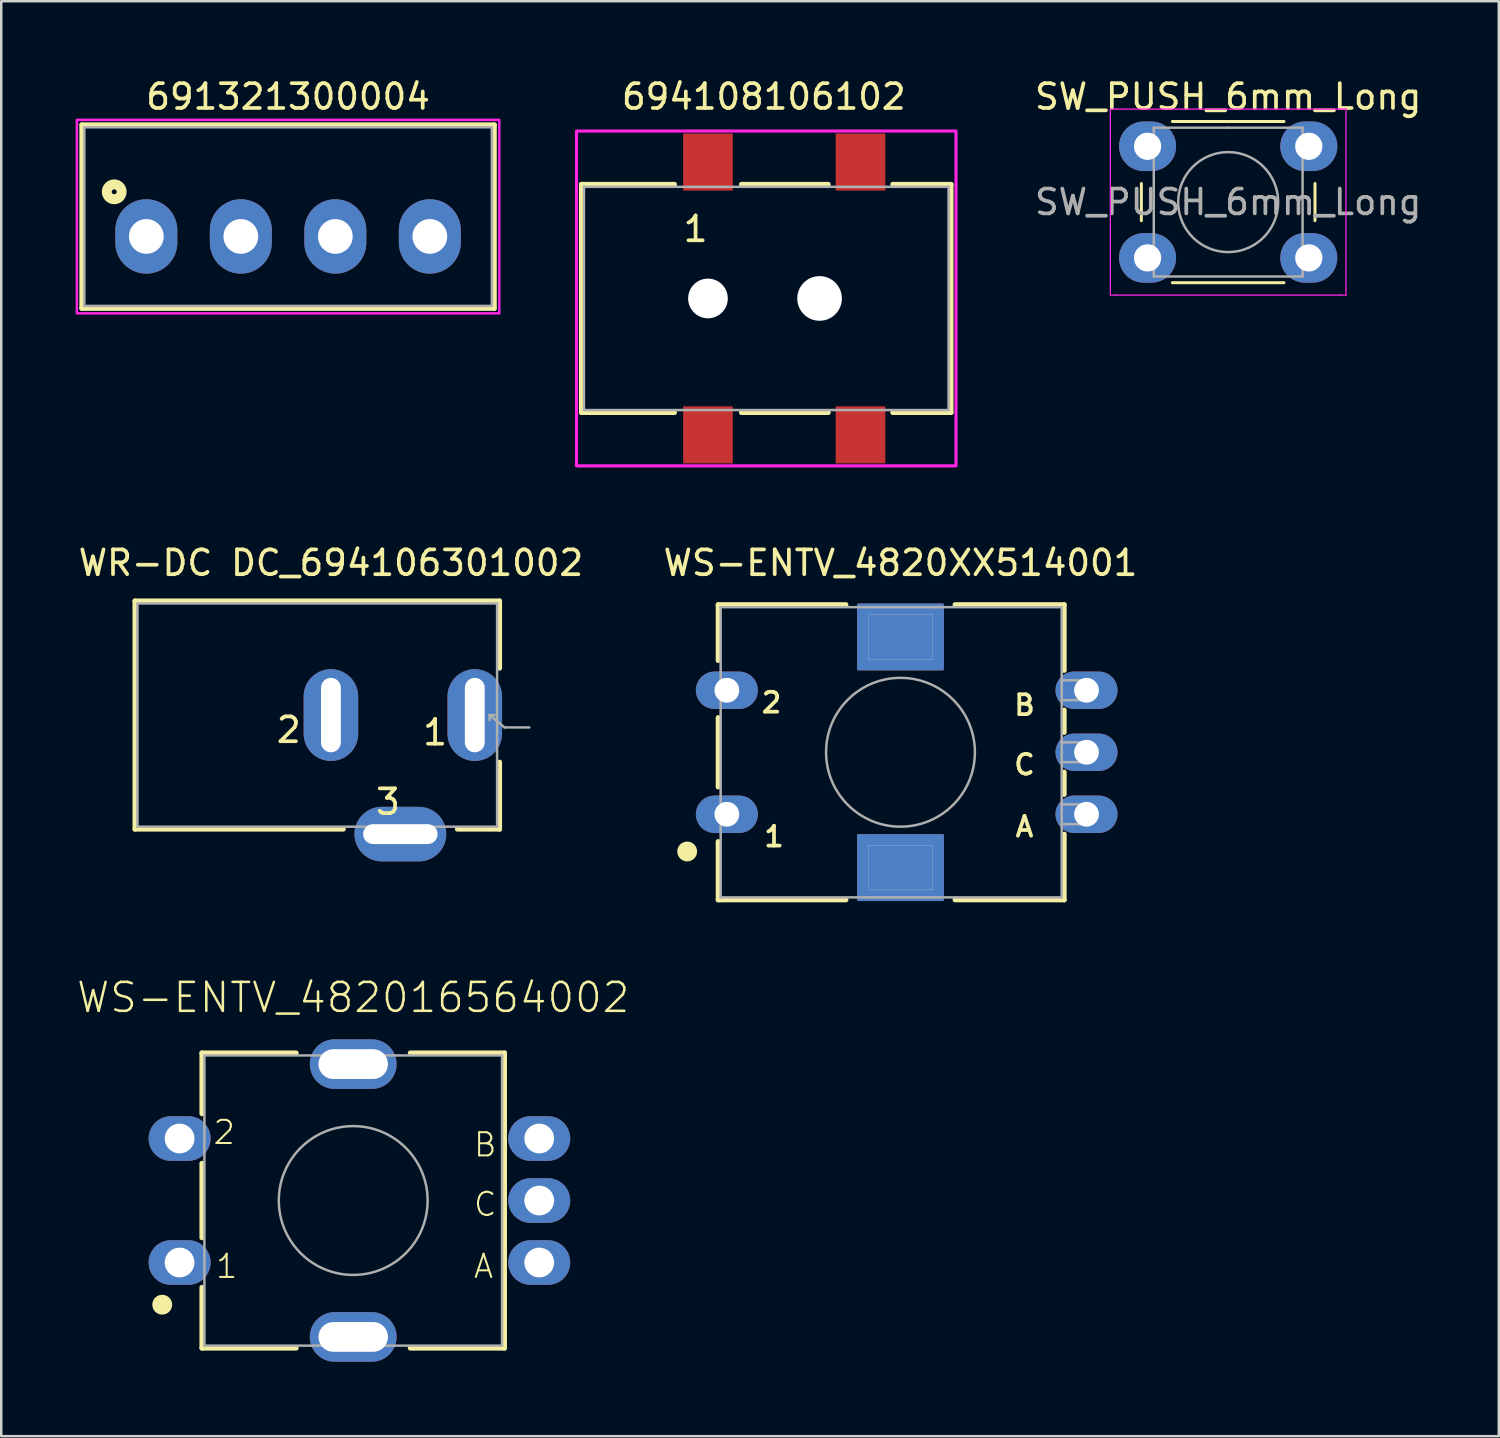
<source format=kicad_pcb>
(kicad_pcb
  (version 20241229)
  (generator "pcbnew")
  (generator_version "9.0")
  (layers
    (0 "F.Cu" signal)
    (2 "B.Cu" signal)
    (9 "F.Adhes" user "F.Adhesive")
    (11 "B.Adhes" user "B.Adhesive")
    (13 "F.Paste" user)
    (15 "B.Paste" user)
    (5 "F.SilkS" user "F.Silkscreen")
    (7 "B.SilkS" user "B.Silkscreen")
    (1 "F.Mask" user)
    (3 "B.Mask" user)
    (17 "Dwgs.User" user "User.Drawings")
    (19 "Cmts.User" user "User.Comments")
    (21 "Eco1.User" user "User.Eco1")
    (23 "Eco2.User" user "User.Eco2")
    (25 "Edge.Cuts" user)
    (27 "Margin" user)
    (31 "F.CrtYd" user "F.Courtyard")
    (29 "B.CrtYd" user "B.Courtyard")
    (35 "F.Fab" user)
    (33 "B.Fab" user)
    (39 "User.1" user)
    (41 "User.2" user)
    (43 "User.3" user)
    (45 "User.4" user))
  (footprint "WS-ENTV_482016564002"
    (layer "F.Cu")
    (at 11.191 45.353)
    (property "Reference" "WS-ENTV_482016564002" (at 0 -7.5 0) (unlocked yes) (layer "F.SilkS") (effects (font (size 1.168 1.168) (thickness 0.102)) (justify bottom)))
    (fp_line (start -6.1 -5.95) (end -6.1 -3.5) (stroke (width 0.2) (type solid)) (layer "F.SilkS"))
    (fp_line (start -6.1 -1.5) (end -6.1 1.5) (stroke (width 0.2) (type solid)) (layer "F.SilkS"))
    (fp_line (start -6.1 3.5) (end -6.1 5.95) (stroke (width 0.2) (type solid)) (layer "F.SilkS"))
    (fp_line (start -6.1 5.95) (end -2.3 5.95) (stroke (width 0.2) (type solid)) (layer "F.SilkS"))
    (fp_line (start -2.3 -5.95) (end -6.1 -5.95) (stroke (width 0.2) (type solid)) (layer "F.SilkS"))
    (fp_line (start 2.3 -5.95) (end 6.1 -5.95) (stroke (width 0.2) (type solid)) (layer "F.SilkS"))
    (fp_line (start 6.1 -5.95) (end 6.1 5.95) (stroke (width 0.2) (type solid)) (layer "F.SilkS"))
    (fp_line (start 6.1 5.95) (end 2.3 5.95) (stroke (width 0.2) (type solid)) (layer "F.SilkS"))
    (fp_circle (center -7.7 4.2) (end -7.5 4.2) (stroke (width 0.4) (type solid)) (fill no) (layer "F.SilkS"))
    (fp_line (start -6 -5.85) (end 6 -5.85) (stroke (width 0.1) (type solid)) (layer "F.Fab"))
    (fp_line (start -6 5.85) (end -6 -5.85) (stroke (width 0.1) (type solid)) (layer "F.Fab"))
    (fp_line (start 6 -5.85) (end 6 5.85) (stroke (width 0.1) (type solid)) (layer "F.Fab"))
    (fp_line (start 6 5.85) (end -6 5.85) (stroke (width 0.1) (type solid)) (layer "F.Fab"))
    (fp_circle (center 0 0) (end 3 0) (stroke (width 0.1) (type solid)) (fill no) (layer "F.Fab"))
    (fp_text user "B" (at 4.8 -1.7 0) (layer "F.SilkS") (effects (font (size 0.935 0.935) (thickness 0.081)) (justify left bottom)))
    (fp_text user "1" (at -5.6 3.2 0) (layer "F.SilkS") (effects (font (size 0.935 0.935) (thickness 0.081)) (justify left bottom)))
    (fp_text user "A" (at 4.8 3.2 0) (layer "F.SilkS") (effects (font (size 0.935 0.935) (thickness 0.081)) (justify left bottom)))
    (fp_text user "C" (at 4.8 0.7 0) (layer "F.SilkS") (effects (font (size 0.935 0.935) (thickness 0.081)) (justify left bottom)))
    (fp_text user "2" (at -5.7 -2.2 0) (layer "F.SilkS") (effects (font (size 0.935 0.935) (thickness 0.081)) (justify left bottom)))
    (fp_text user "cutout area" (at 1.1 -5.75 0) (layer "Cmts.User") (effects (font (size 0.28 0.28) (thickness 0.024)) (justify right top)))
    (fp_text user "cutout area" (at -1.1 5.75 0) (layer "Cmts.User") (effects (font (size 0.28 0.28) (thickness 0.024)) (justify left bottom)))
    (pad "" thru_hole oval (at 0 -5.5) (size 3.5 2) (drill oval 2.8 1.2) (layers "*.Cu" "*.Mask"))
    (pad "" thru_hole oval (at 0 5.5) (size 3.5 2) (drill oval 2.8 1.2) (layers "*.Cu" "*.Mask"))
    (pad "1" thru_hole oval (at -7 2.5) (size 2.5 1.8) (drill 1.2) (layers "*.Cu" "*.Mask"))
    (pad "2" thru_hole oval (at -7 -2.5) (size 2.5 1.8) (drill 1.2) (layers "*.Cu" "*.Mask"))
    (pad "A" thru_hole oval (at 7.5 2.5) (size 2.5 1.8) (drill 1.2) (layers "*.Cu" "*.Mask"))
    (pad "B" thru_hole oval (at 7.5 -2.5) (size 2.5 1.8) (drill 1.2) (layers "*.Cu" "*.Mask"))
    (pad "C" thru_hole oval (at 7.5 0) (size 2.5 1.8) (drill 1.2) (layers "*.Cu" "*.Mask")))
  (footprint "WR-DC DC_694106301002"
    (layer "F.Cu")
    (at 10.292 25.78)
    (property "Reference" "WR-DC DC_694106301002" (at 0 -6.135 0) (layer "F.SilkS") (effects (font (size 1 1) (thickness 0.15))))
    (attr through_hole)
    (fp_line (start -7.9 -4.6) (end -7.9 4.6) (stroke (width 0.2) (type solid)) (layer "F.SilkS"))
    (fp_line (start 0.5 4.6) (end -7.9 4.6) (stroke (width 0.2) (type solid)) (layer "F.SilkS"))
    (fp_line (start 6.8 -4.6) (end -7.9 -4.6) (stroke (width 0.2) (type solid)) (layer "F.SilkS"))
    (fp_line (start 6.8 -4.6) (end 6.8 -1.89) (stroke (width 0.2) (type solid)) (layer "F.SilkS"))
    (fp_line (start 6.8 1.9) (end 6.8 4.6) (stroke (width 0.2) (type solid)) (layer "F.SilkS"))
    (fp_line (start 6.8 4.6) (end 5.1 4.6) (stroke (width 0.2) (type solid)) (layer "F.SilkS"))
    (fp_line (start -7.8 -4.5) (end 6.7 -4.5) (stroke (width 0.1) (type solid)) (layer "F.Fab"))
    (fp_line (start -7.8 4.5) (end -7.8 -4.5) (stroke (width 0.1) (type solid)) (layer "F.Fab"))
    (fp_line (start 6.4 0) (end 6.4 0.2) (stroke (width 0.1) (type solid)) (layer "F.Fab"))
    (fp_line (start 6.4 0) (end 6.6 0) (stroke (width 0.1) (type solid)) (layer "F.Fab"))
    (fp_line (start 6.7 -4.5) (end 6.7 4.5) (stroke (width 0.1) (type solid)) (layer "F.Fab"))
    (fp_line (start 6.7 4.5) (end -7.8 4.5) (stroke (width 0.1) (type solid)) (layer "F.Fab"))
    (fp_line (start 7 0.5) (end 6.4 0) (stroke (width 0.1) (type solid)) (layer "F.Fab"))
    (fp_line (start 8 0.5) (end 7 0.5) (stroke (width 0.1) (type solid)) (layer "F.Fab"))
    (fp_text user "1" (at 4.2 0.7 0) (layer "F.SilkS") (effects (font (size 1 1) (thickness 0.15))))
    (fp_text user "3" (at 2.3 3.5 0) (layer "F.SilkS") (effects (font (size 1 1) (thickness 0.15))))
    (fp_text user "2" (at -1.7 0.6 0) (layer "F.SilkS") (effects (font (size 1 1) (thickness 0.15))))
    (fp_text user "PCB Cutout Area" (at 5.9 0 0) (layer "Edge.Cuts") (effects (font (size 0.2 0.2) (thickness 0.15))))
    (fp_text user "PCB Cutout Area" (at 2.9 5 0) (layer "Edge.Cuts") (effects (font (size 0.2 0.2) (thickness 0.15))))
    (fp_text user "PCB Cutout Area" (at 0.1 0 0) (layer "Edge.Cuts") (effects (font (size 0.2 0.2) (thickness 0.15))))
    (pad "1" thru_hole oval (at 5.8 0) (size 2.2 3.7) (drill oval 0.8 3) (layers "*.Cu" "*.Mask"))
    (pad "2" thru_hole oval (at 0 0) (size 2.2 3.7) (drill oval 0.8 3) (layers "*.Cu" "*.Mask"))
    (pad "e" thru_hole oval (at 2.8 4.8 90) (size 2.2 3.7) (drill oval 0.8 3) (layers "*.Cu" "*.Mask")))
  (footprint "WS-ENTV_4820XX514001"
    (layer "F.Cu")
    (at 33.256 27.28)
    (property "Reference" "WS-ENTV_4820XX514001" (at 0 -7.635 0) (layer "F.SilkS") (effects (font (size 1 1) (thickness 0.15))))
    (attr through_hole)
    (fp_poly (pts (xy -1.7 -5.95) (xy 1.7 -5.95) (xy 1.7 -3.35) (xy -1.7 -3.35)) (stroke (width 0.1) (type solid)) (fill yes) (layer "F.Cu"))
    (fp_poly (pts (xy -1.7 3.35) (xy 1.7 3.35) (xy 1.7 5.95) (xy -1.7 5.95)) (stroke (width 0.1) (type solid)) (fill yes) (layer "F.Cu"))
    (fp_poly (pts (xy -1.8 -6.05) (xy 1.8 -6.05) (xy 1.8 -3.25) (xy -1.8 -3.25)) (stroke (width 0.1) (type solid)) (fill yes) (layer "F.Mask"))
    (fp_poly (pts (xy -1.8 3.25) (xy 1.8 3.25) (xy 1.8 6.05) (xy -1.8 6.05)) (stroke (width 0.1) (type solid)) (fill yes) (layer "F.Mask"))
    (fp_poly (pts (xy -1.7 -5.95) (xy 1.7 -5.95) (xy 1.7 -3.35) (xy -1.7 -3.35)) (stroke (width 0.1) (type solid)) (fill yes) (layer "B.Cu"))
    (fp_poly (pts (xy -1.7 3.35) (xy 1.7 3.35) (xy 1.7 5.95) (xy -1.7 5.95)) (stroke (width 0.1) (type solid)) (fill yes) (layer "B.Cu"))
    (fp_poly (pts (xy -1.8 -6.05) (xy 1.8 -6.05) (xy 1.8 -3.25) (xy -1.8 -3.25)) (stroke (width 0.1) (type solid)) (fill yes) (layer "B.Mask"))
    (fp_poly (pts (xy -1.8 3.25) (xy 1.8 3.25) (xy 1.8 6.05) (xy -1.8 6.05)) (stroke (width 0.1) (type solid)) (fill yes) (layer "B.Mask"))
    (fp_line (start -7.35 -5.95) (end -7.35 -3.7) (stroke (width 0.2) (type solid)) (layer "F.SilkS"))
    (fp_line (start -7.35 -1.4) (end -7.35 1.4) (stroke (width 0.2) (type solid)) (layer "F.SilkS"))
    (fp_line (start -7.35 3.6) (end -7.35 5.95) (stroke (width 0.2) (type solid)) (layer "F.SilkS"))
    (fp_line (start -7.35 5.95) (end -2.2 5.95) (stroke (width 0.2) (type solid)) (layer "F.SilkS"))
    (fp_line (start -2.2 -5.95) (end -7.35 -5.95) (stroke (width 0.2) (type solid)) (layer "F.SilkS"))
    (fp_line (start 2.2 -5.95) (end 6.6 -5.95) (stroke (width 0.2) (type solid)) (layer "F.SilkS"))
    (fp_line (start 6.6 -5.95) (end 6.6 -3.3) (stroke (width 0.2) (type solid)) (layer "F.SilkS"))
    (fp_line (start 6.6 -1.7) (end 6.6 -0.8) (stroke (width 0.2) (type solid)) (layer "F.SilkS"))
    (fp_line (start 6.6 0.8) (end 6.6 1.7) (stroke (width 0.2) (type solid)) (layer "F.SilkS"))
    (fp_line (start 6.6 3.3) (end 6.6 5.95) (stroke (width 0.2) (type solid)) (layer "F.SilkS"))
    (fp_line (start 6.6 5.95) (end 2.2 5.95) (stroke (width 0.2) (type solid)) (layer "F.SilkS"))
    (fp_circle (center -8.6 4) (end -8.4 4) (stroke (width 0.4) (type solid)) (fill no) (layer "F.SilkS"))
    (fp_line (start -1.3 -5.55) (end -1.3 -3.75) (stroke (width 0.01) (type solid)) (layer "Edge.Cuts"))
    (fp_line (start -1.3 -3.75) (end 1.3 -3.75) (stroke (width 0.01) (type solid)) (layer "Edge.Cuts"))
    (fp_line (start -1.3 3.75) (end 1.3 3.75) (stroke (width 0.01) (type solid)) (layer "Edge.Cuts"))
    (fp_line (start -1.3 5.55) (end -1.3 3.75) (stroke (width 0.01) (type solid)) (layer "Edge.Cuts"))
    (fp_line (start 1.3 -5.55) (end -1.3 -5.55) (stroke (width 0.01) (type solid)) (layer "Edge.Cuts"))
    (fp_line (start 1.3 -3.75) (end 1.3 -5.55) (stroke (width 0.01) (type solid)) (layer "Edge.Cuts"))
    (fp_line (start 1.3 3.75) (end 1.3 5.55) (stroke (width 0.01) (type solid)) (layer "Edge.Cuts"))
    (fp_line (start 1.3 5.55) (end -1.3 5.55) (stroke (width 0.01) (type solid)) (layer "Edge.Cuts"))
    (fp_line (start -7.25 -5.85) (end 6.5 -5.85) (stroke (width 0.1) (type solid)) (layer "F.Fab"))
    (fp_line (start -7.25 5.85) (end -7.25 -5.85) (stroke (width 0.1) (type solid)) (layer "F.Fab"))
    (fp_line (start 6.5 -5.85) (end 6.5 -2.9) (stroke (width 0.1) (type solid)) (layer "F.Fab"))
    (fp_line (start 6.5 -2.9) (end 6.5 -2.1) (stroke (width 0.1) (type solid)) (layer "F.Fab"))
    (fp_line (start 6.5 -2.9) (end 7.6 -2.9) (stroke (width 0.1) (type solid)) (layer "F.Fab"))
    (fp_line (start 6.5 -2.1) (end 6.5 -0.4) (stroke (width 0.1) (type solid)) (layer "F.Fab"))
    (fp_line (start 6.5 -0.4) (end 6.5 0.4) (stroke (width 0.1) (type solid)) (layer "F.Fab"))
    (fp_line (start 6.5 -0.4) (end 7.6 -0.4) (stroke (width 0.1) (type solid)) (layer "F.Fab"))
    (fp_line (start 6.5 0.4) (end 6.5 2.1) (stroke (width 0.1) (type solid)) (layer "F.Fab"))
    (fp_line (start 6.5 2.1) (end 6.5 2.9) (stroke (width 0.1) (type solid)) (layer "F.Fab"))
    (fp_line (start 6.5 2.1) (end 7.6 2.1) (stroke (width 0.1) (type solid)) (layer "F.Fab"))
    (fp_line (start 6.5 2.9) (end 6.5 5.85) (stroke (width 0.1) (type solid)) (layer "F.Fab"))
    (fp_line (start 6.5 5.85) (end -7.25 5.85) (stroke (width 0.1) (type solid)) (layer "F.Fab"))
    (fp_line (start 7.6 -2.9) (end 7.6 -2.1) (stroke (width 0.1) (type solid)) (layer "F.Fab"))
    (fp_line (start 7.6 -2.1) (end 6.5 -2.1) (stroke (width 0.1) (type solid)) (layer "F.Fab"))
    (fp_line (start 7.6 -0.4) (end 7.6 0.4) (stroke (width 0.1) (type solid)) (layer "F.Fab"))
    (fp_line (start 7.6 0.4) (end 6.5 0.4) (stroke (width 0.1) (type solid)) (layer "F.Fab"))
    (fp_line (start 7.6 2.1) (end 7.6 2.9) (stroke (width 0.1) (type solid)) (layer "F.Fab"))
    (fp_line (start 7.6 2.9) (end 6.5 2.9) (stroke (width 0.1) (type solid)) (layer "F.Fab"))
    (fp_circle (center 0 0) (end 3 0) (stroke (width 0.1) (type solid)) (fill no) (layer "F.Fab"))
    (fp_text user "A" (at 5 3 0) (layer "F.SilkS") (effects (font (size 0.8 0.8) (thickness 0.15))))
    (fp_text user "1" (at -5.1 3.4 0) (layer "F.SilkS") (effects (font (size 0.8 0.8) (thickness 0.15))))
    (fp_text user "C" (at 5 0.5 0) (layer "F.SilkS") (effects (font (size 0.8 0.8) (thickness 0.15))))
    (fp_text user "B" (at 5 -1.9 0) (layer "F.SilkS") (effects (font (size 0.8 0.8) (thickness 0.15))))
    (fp_text user "2" (at -5.2 -2 0) (layer "F.SilkS") (effects (font (size 0.8 0.8) (thickness 0.15))))
    (fp_text user "cutout area" (at -1.1 -4.4 0) (layer "Edge.Cuts") (effects (font (size 0.24 0.24) (thickness 0.15))))
    (fp_text user "cutout area" (at -1.1 4.9 0) (layer "Edge.Cuts") (effects (font (size 0.24 0.24) (thickness 0.15))))
    (pad "1" thru_hole oval (at -7 2.5) (size 2.5 1.508) (drill 1) (layers "*.Cu" "*.Mask"))
    (pad "2" thru_hole oval (at -7 -2.5) (size 2.5 1.508) (drill 1) (layers "*.Cu" "*.Mask"))
    (pad "A" thru_hole oval (at 7.5 2.5) (size 2.5 1.508) (drill 1) (layers "*.Cu" "*.Mask"))
    (pad "B" thru_hole oval (at 7.5 -2.5) (size 2.5 1.508) (drill 1) (layers "*.Cu" "*.Mask"))
    (pad "C" thru_hole oval (at 7.5 0) (size 2.5 1.508) (drill 1) (layers "*.Cu" "*.Mask")))
  (footprint "691321300004"
    (layer "F.Cu")
    (at 8.565 6.483)
    (property "Reference" "691321300004" (at 0 -5.635 0) (layer "F.SilkS") (effects (font (size 1 1) (thickness 0.15))))
    (attr through_hole)
    (fp_line (start -8.315 -4.5) (end 8.315 -4.5) (stroke (width 0.2) (type solid)) (layer "F.SilkS"))
    (fp_line (start -8.315 2.9) (end -8.315 -4.5) (stroke (width 0.2) (type solid)) (layer "F.SilkS"))
    (fp_line (start 8.315 -4.5) (end 8.315 2.9) (stroke (width 0.2) (type solid)) (layer "F.SilkS"))
    (fp_line (start 8.315 2.9) (end -8.315 2.9) (stroke (width 0.2) (type solid)) (layer "F.SilkS"))
    (fp_circle (center -7.01 -1.8) (end -6.91 -1.8) (stroke (width 0.4) (type solid)) (fill no) (layer "F.SilkS"))
    (fp_poly (pts (xy -8.515 -4.7) (xy 8.515 -4.7) (xy 8.515 3.1) (xy -8.515 3.1)) (stroke (width 0.1) (type solid)) (fill no) (layer "F.CrtYd"))
    (fp_line (start -8.215 -4.4) (end -8.215 2.8) (stroke (width 0.1) (type solid)) (layer "F.Fab"))
    (fp_line (start -8.215 2.8) (end 8.215 2.8) (stroke (width 0.1) (type solid)) (layer "F.Fab"))
    (fp_line (start 8.215 -4.4) (end -8.215 -4.4) (stroke (width 0.1) (type solid)) (layer "F.Fab"))
    (fp_line (start 8.215 2.8) (end 8.215 -4.4) (stroke (width 0.1) (type solid)) (layer "F.Fab"))
    (pad "1" thru_hole oval (at -5.715 0) (size 2.5 3) (drill 1.4) (layers "*.Cu" "*.Mask"))
    (pad "2" thru_hole oval (at -1.905 0) (size 2.5 3) (drill 1.4) (layers "*.Cu" "*.Mask"))
    (pad "3" thru_hole oval (at 1.905 0) (size 2.5 3) (drill 1.4) (layers "*.Cu" "*.Mask"))
    (pad "4" thru_hole oval (at 5.715 0) (size 2.5 3) (drill 1.4) (layers "*.Cu" "*.Mask")))
  (footprint "694108106102"
    (layer "F.Cu")
    (at 27.744 8.983)
    (property "Reference" "694108106102" (at 0 -8.135 0) (layer "F.SilkS") (effects (font (size 1 1) (thickness 0.15))))
    (attr smd)
    (fp_line (start -7.35 -4.6) (end -7.35 4.6) (stroke (width 0.2) (type solid)) (layer "F.SilkS"))
    (fp_line (start -7.35 4.6) (end -3.6 4.6) (stroke (width 0.2) (type solid)) (layer "F.SilkS"))
    (fp_line (start -3.6 -4.6) (end -7.35 -4.6) (stroke (width 0.2) (type solid)) (layer "F.SilkS"))
    (fp_line (start -0.9 -4.6) (end 2.6 -4.6) (stroke (width 0.2) (type solid)) (layer "F.SilkS"))
    (fp_line (start -0.9 4.6) (end 2.6 4.6) (stroke (width 0.2) (type solid)) (layer "F.SilkS"))
    (fp_line (start 5.2 -4.6) (end 7.55 -4.6) (stroke (width 0.2) (type solid)) (layer "F.SilkS"))
    (fp_line (start 7.55 -4.6) (end 7.55 4.6) (stroke (width 0.2) (type solid)) (layer "F.SilkS"))
    (fp_line (start 7.55 4.6) (end 5.2 4.6) (stroke (width 0.2) (type solid)) (layer "F.SilkS"))
    (fp_poly (pts (xy -7.55 -6.75) (xy 7.75 -6.75) (xy 7.75 6.75) (xy -7.55 6.75)) (stroke (width 0.127) (type solid)) (fill no) (layer "F.CrtYd"))
    (fp_line (start -7.25 -4.5) (end 7.45 -4.5) (stroke (width 0.1) (type solid)) (layer "F.Fab"))
    (fp_line (start -7.25 4.5) (end -7.25 -4.5) (stroke (width 0.1) (type solid)) (layer "F.Fab"))
    (fp_line (start -7.25 4.5) (end 7.45 4.5) (stroke (width 0.1) (type solid)) (layer "F.Fab"))
    (fp_line (start 7.45 4.5) (end 7.45 -4.5) (stroke (width 0.1) (type solid)) (layer "F.Fab"))
    (fp_text user "1" (at -2.75 -2.8 0) (layer "F.SilkS") (effects (font (size 1 1) (thickness 0.15))))
    (pad "" np_thru_hole circle (at -2.25 0) (size 1.6 1.6) (drill 1.6) (layers "*.Cu" "*.Mask"))
    (pad "" np_thru_hole circle (at 2.25 0) (size 1.8 1.8) (drill 1.8) (layers "*.Cu" "*.Mask"))
    (pad "1" smd rect (at -2.25 -5.5) (size 2 2.3) (layers "F.Cu" "F.Mask" "F.Paste"))
    (pad "2" smd rect (at -2.25 5.5) (size 2 2.3) (layers "F.Cu" "F.Mask" "F.Paste"))
    (pad "3" smd rect (at 3.9 5.5) (size 2 2.3) (layers "F.Cu" "F.Mask" "F.Paste"))
    (pad "A1" smd rect (at 3.9 -5.5) (size 2 2.3) (layers "F.Cu" "F.Mask" "F.Paste")))
  (footprint "SW_PUSH_6mm_Long"
    (layer "F.Cu")
    (at 43.218 2.848)
    (property "Reference" "SW_PUSH_6mm_Long" (at 3.25 -2 0) (layer "F.SilkS") (effects (font (size 1 1) (thickness 0.15))))
    (attr through_hole)
    (fp_line (start -0.25 1.5) (end -0.25 3) (stroke (width 0.12) (type solid)) (layer "F.SilkS"))
    (fp_line (start 1 5.5) (end 5.5 5.5) (stroke (width 0.12) (type solid)) (layer "F.SilkS"))
    (fp_line (start 5.5 -1) (end 1 -1) (stroke (width 0.12) (type solid)) (layer "F.SilkS"))
    (fp_line (start 6.75 3) (end 6.75 1.5) (stroke (width 0.12) (type solid)) (layer "F.SilkS"))
    (fp_line (start -1.5 -1.5) (end -1.25 -1.5) (stroke (width 0.05) (type solid)) (layer "F.CrtYd"))
    (fp_line (start -1.5 -1.25) (end -1.5 -1.5) (stroke (width 0.05) (type solid)) (layer "F.CrtYd"))
    (fp_line (start -1.5 5.75) (end -1.5 -1.25) (stroke (width 0.05) (type solid)) (layer "F.CrtYd"))
    (fp_line (start -1.5 5.75) (end -1.5 6) (stroke (width 0.05) (type solid)) (layer "F.CrtYd"))
    (fp_line (start -1.5 6) (end -1.25 6) (stroke (width 0.05) (type solid)) (layer "F.CrtYd"))
    (fp_line (start -1.25 -1.5) (end 7.75 -1.5) (stroke (width 0.05) (type solid)) (layer "F.CrtYd"))
    (fp_line (start 7.75 -1.5) (end 8 -1.5) (stroke (width 0.05) (type solid)) (layer "F.CrtYd"))
    (fp_line (start 7.75 6) (end -1.25 6) (stroke (width 0.05) (type solid)) (layer "F.CrtYd"))
    (fp_line (start 7.75 6) (end 8 6) (stroke (width 0.05) (type solid)) (layer "F.CrtYd"))
    (fp_line (start 8 -1.5) (end 8 -1.25) (stroke (width 0.05) (type solid)) (layer "F.CrtYd"))
    (fp_line (start 8 -1.25) (end 8 5.75) (stroke (width 0.05) (type solid)) (layer "F.CrtYd"))
    (fp_line (start 8 6) (end 8 5.75) (stroke (width 0.05) (type solid)) (layer "F.CrtYd"))
    (fp_line (start 0.25 -0.75) (end 3.25 -0.75) (stroke (width 0.1) (type solid)) (layer "F.Fab"))
    (fp_line (start 0.25 5.25) (end 0.25 -0.75) (stroke (width 0.1) (type solid)) (layer "F.Fab"))
    (fp_line (start 3.25 -0.75) (end 6.25 -0.75) (stroke (width 0.1) (type solid)) (layer "F.Fab"))
    (fp_line (start 6.25 -0.75) (end 6.25 5.25) (stroke (width 0.1) (type solid)) (layer "F.Fab"))
    (fp_line (start 6.25 5.25) (end 0.25 5.25) (stroke (width 0.1) (type solid)) (layer "F.Fab"))
    (fp_circle (center 3.25 2.25) (end 1.25 2.5) (stroke (width 0.1) (type solid)) (fill no) (layer "F.Fab"))
    (fp_text user "${REFERENCE}" (at 3.25 2.25 0) (layer "F.Fab") (effects (font (size 1 1) (thickness 0.15))))
    (pad "1" thru_hole oval (at 0 0 90) (size 2 2.3) (drill 1.1) (layers "*.Cu" "*.Mask"))
    (pad "1" thru_hole oval (at 6.5 0 90) (size 2 2.3) (drill 1.1) (layers "*.Cu" "*.Mask"))
    (pad "2" thru_hole oval (at 0 4.5 90) (size 2 2.3) (drill 1.1) (layers "*.Cu" "*.Mask"))
    (pad "2" thru_hole oval (at 6.5 4.5 90) (size 2 2.3) (drill 1.1) (layers "*.Cu" "*.Mask")))
  (gr_rect
    (start -3 -3)
    (end 57.378 54.853)
    (stroke (width 0.1) (type default))
    (fill no)
    (layer "Edge.Cuts")))
</source>
